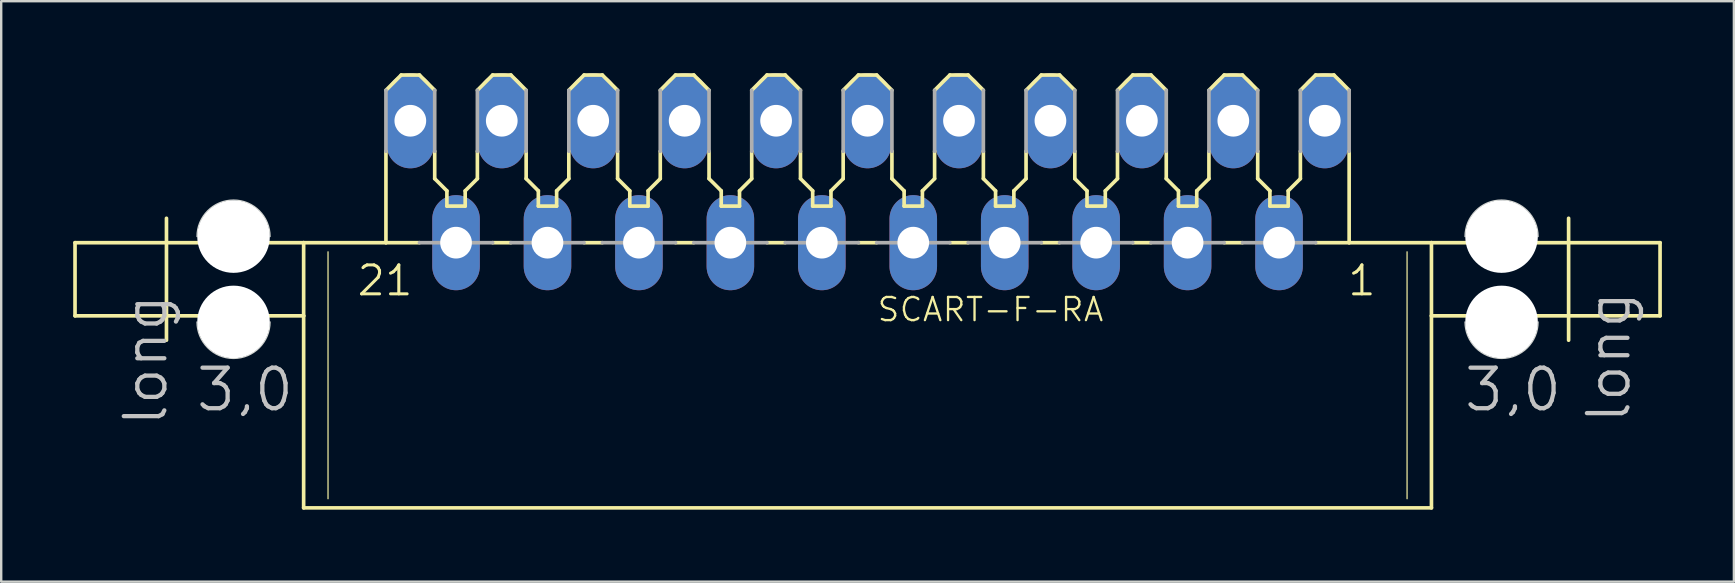
<source format=kicad_pcb>
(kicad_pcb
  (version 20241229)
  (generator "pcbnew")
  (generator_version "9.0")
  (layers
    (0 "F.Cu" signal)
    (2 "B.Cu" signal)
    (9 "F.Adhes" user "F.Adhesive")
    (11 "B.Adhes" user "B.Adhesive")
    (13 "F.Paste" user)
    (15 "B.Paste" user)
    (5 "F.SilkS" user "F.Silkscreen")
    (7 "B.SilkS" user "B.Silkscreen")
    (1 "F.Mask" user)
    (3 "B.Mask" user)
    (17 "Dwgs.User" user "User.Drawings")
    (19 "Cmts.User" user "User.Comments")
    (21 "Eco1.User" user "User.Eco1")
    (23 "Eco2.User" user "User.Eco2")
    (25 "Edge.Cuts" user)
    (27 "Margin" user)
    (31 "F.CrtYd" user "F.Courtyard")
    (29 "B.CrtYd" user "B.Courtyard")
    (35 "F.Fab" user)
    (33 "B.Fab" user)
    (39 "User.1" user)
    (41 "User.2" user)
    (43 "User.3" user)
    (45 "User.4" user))
  (footprint "SCART-F-RA"
    (layer "F.Cu")
    (at 33.096 7.061)
    (property "Reference" "SCART-F-RA" (at 0.35 3.35 0) (layer "F.SilkS") (effects (font (size 0.965 0.965) (thickness 0.097)) (justify left bottom)))
    (attr through_hole)
    (fp_line (start -33.02 3.048) (end -33.02 0) (stroke (width 0.152) (type solid)) (layer "F.SilkS"))
    (fp_line (start -33.02 3.048) (end -23.495 3.048) (stroke (width 0.152) (type solid)) (layer "F.SilkS"))
    (fp_line (start -29.21 4.064) (end -29.21 -1.016) (stroke (width 0.152) (type solid)) (layer "F.SilkS"))
    (fp_line (start -23.495 0) (end -33.02 0) (stroke (width 0.152) (type solid)) (layer "F.SilkS"))
    (fp_line (start -23.495 3.048) (end -23.495 0) (stroke (width 0.152) (type solid)) (layer "F.SilkS"))
    (fp_line (start -23.495 11.049) (end -23.495 3.048) (stroke (width 0.152) (type solid)) (layer "F.SilkS"))
    (fp_line (start -23.495 11.049) (end 23.495 11.049) (stroke (width 0.152) (type solid)) (layer "F.SilkS"))
    (fp_line (start -22.479 0.381) (end -22.479 10.668) (stroke (width 0.051) (type solid)) (layer "F.SilkS"))
    (fp_line (start -20.066 0) (end -23.495 0) (stroke (width 0.152) (type solid)) (layer "F.SilkS"))
    (fp_line (start -20.066 0) (end -20.066 -3.81) (stroke (width 0.152) (type solid)) (layer "F.SilkS"))
    (fp_line (start -19.431 -6.985) (end -20.066 -6.35) (stroke (width 0.152) (type solid)) (layer "F.SilkS"))
    (fp_line (start -18.669 -6.985) (end -19.431 -6.985) (stroke (width 0.152) (type solid)) (layer "F.SilkS"))
    (fp_line (start -18.669 0) (end -20.066 0) (stroke (width 0.152) (type solid)) (layer "F.SilkS"))
    (fp_line (start -18.034 -6.35) (end -18.669 -6.985) (stroke (width 0.152) (type solid)) (layer "F.SilkS"))
    (fp_line (start -18.034 -2.667) (end -18.034 -3.81) (stroke (width 0.152) (type solid)) (layer "F.SilkS"))
    (fp_line (start -17.526 -2.159) (end -18.034 -2.667) (stroke (width 0.152) (type solid)) (layer "F.SilkS"))
    (fp_line (start -17.526 -1.524) (end -17.526 -2.159) (stroke (width 0.152) (type solid)) (layer "F.SilkS"))
    (fp_line (start -16.764 -2.159) (end -16.764 -1.524) (stroke (width 0.152) (type solid)) (layer "F.SilkS"))
    (fp_line (start -16.764 -1.524) (end -17.526 -1.524) (stroke (width 0.152) (type solid)) (layer "F.SilkS"))
    (fp_line (start -16.256 -3.81) (end -16.256 -2.667) (stroke (width 0.152) (type solid)) (layer "F.SilkS"))
    (fp_line (start -16.256 -2.667) (end -16.764 -2.159) (stroke (width 0.152) (type solid)) (layer "F.SilkS"))
    (fp_line (start -15.621 -6.985) (end -16.256 -6.35) (stroke (width 0.152) (type solid)) (layer "F.SilkS"))
    (fp_line (start -14.859 -6.985) (end -15.621 -6.985) (stroke (width 0.152) (type solid)) (layer "F.SilkS"))
    (fp_line (start -14.859 0) (end -15.621 0) (stroke (width 0.152) (type solid)) (layer "F.SilkS"))
    (fp_line (start -14.224 -6.35) (end -14.859 -6.985) (stroke (width 0.152) (type solid)) (layer "F.SilkS"))
    (fp_line (start -14.224 -2.667) (end -14.224 -3.81) (stroke (width 0.152) (type solid)) (layer "F.SilkS"))
    (fp_line (start -13.716 -2.159) (end -14.224 -2.667) (stroke (width 0.152) (type solid)) (layer "F.SilkS"))
    (fp_line (start -13.716 -1.524) (end -13.716 -2.159) (stroke (width 0.152) (type solid)) (layer "F.SilkS"))
    (fp_line (start -12.954 -2.159) (end -12.954 -1.524) (stroke (width 0.152) (type solid)) (layer "F.SilkS"))
    (fp_line (start -12.954 -1.524) (end -13.716 -1.524) (stroke (width 0.152) (type solid)) (layer "F.SilkS"))
    (fp_line (start -12.446 -3.81) (end -12.446 -2.667) (stroke (width 0.152) (type solid)) (layer "F.SilkS"))
    (fp_line (start -12.446 -2.667) (end -12.954 -2.159) (stroke (width 0.152) (type solid)) (layer "F.SilkS"))
    (fp_line (start -11.811 -6.985) (end -12.446 -6.35) (stroke (width 0.152) (type solid)) (layer "F.SilkS"))
    (fp_line (start -11.049 -6.985) (end -11.811 -6.985) (stroke (width 0.152) (type solid)) (layer "F.SilkS"))
    (fp_line (start -11.049 0) (end -11.811 0) (stroke (width 0.152) (type solid)) (layer "F.SilkS"))
    (fp_line (start -10.414 -6.35) (end -11.049 -6.985) (stroke (width 0.152) (type solid)) (layer "F.SilkS"))
    (fp_line (start -10.414 -2.667) (end -10.414 -3.81) (stroke (width 0.152) (type solid)) (layer "F.SilkS"))
    (fp_line (start -9.906 -2.159) (end -10.414 -2.667) (stroke (width 0.152) (type solid)) (layer "F.SilkS"))
    (fp_line (start -9.906 -1.524) (end -9.906 -2.159) (stroke (width 0.152) (type solid)) (layer "F.SilkS"))
    (fp_line (start -9.144 -2.159) (end -9.144 -1.524) (stroke (width 0.152) (type solid)) (layer "F.SilkS"))
    (fp_line (start -9.144 -1.524) (end -9.906 -1.524) (stroke (width 0.152) (type solid)) (layer "F.SilkS"))
    (fp_line (start -8.636 -3.81) (end -8.636 -2.667) (stroke (width 0.152) (type solid)) (layer "F.SilkS"))
    (fp_line (start -8.636 -2.667) (end -9.144 -2.159) (stroke (width 0.152) (type solid)) (layer "F.SilkS"))
    (fp_line (start -8.001 -6.985) (end -8.636 -6.35) (stroke (width 0.152) (type solid)) (layer "F.SilkS"))
    (fp_line (start -7.239 -6.985) (end -8.001 -6.985) (stroke (width 0.152) (type solid)) (layer "F.SilkS"))
    (fp_line (start -7.239 0) (end -8.001 0) (stroke (width 0.152) (type solid)) (layer "F.SilkS"))
    (fp_line (start -6.604 -6.35) (end -7.239 -6.985) (stroke (width 0.152) (type solid)) (layer "F.SilkS"))
    (fp_line (start -6.604 -2.667) (end -6.604 -3.81) (stroke (width 0.152) (type solid)) (layer "F.SilkS"))
    (fp_line (start -6.096 -2.159) (end -6.604 -2.667) (stroke (width 0.152) (type solid)) (layer "F.SilkS"))
    (fp_line (start -6.096 -1.524) (end -6.096 -2.159) (stroke (width 0.152) (type solid)) (layer "F.SilkS"))
    (fp_line (start -5.334 -2.159) (end -5.334 -1.524) (stroke (width 0.152) (type solid)) (layer "F.SilkS"))
    (fp_line (start -5.334 -1.524) (end -6.096 -1.524) (stroke (width 0.152) (type solid)) (layer "F.SilkS"))
    (fp_line (start -4.826 -3.81) (end -4.826 -2.667) (stroke (width 0.152) (type solid)) (layer "F.SilkS"))
    (fp_line (start -4.826 -2.667) (end -5.334 -2.159) (stroke (width 0.152) (type solid)) (layer "F.SilkS"))
    (fp_line (start -4.191 -6.985) (end -4.826 -6.35) (stroke (width 0.152) (type solid)) (layer "F.SilkS"))
    (fp_line (start -3.429 -6.985) (end -4.191 -6.985) (stroke (width 0.152) (type solid)) (layer "F.SilkS"))
    (fp_line (start -3.429 0) (end -4.191 0) (stroke (width 0.152) (type solid)) (layer "F.SilkS"))
    (fp_line (start -2.794 -6.35) (end -3.429 -6.985) (stroke (width 0.152) (type solid)) (layer "F.SilkS"))
    (fp_line (start -2.794 -2.667) (end -2.794 -3.81) (stroke (width 0.152) (type solid)) (layer "F.SilkS"))
    (fp_line (start -2.286 -2.159) (end -2.794 -2.667) (stroke (width 0.152) (type solid)) (layer "F.SilkS"))
    (fp_line (start -2.286 -1.524) (end -2.286 -2.159) (stroke (width 0.152) (type solid)) (layer "F.SilkS"))
    (fp_line (start -1.524 -2.159) (end -1.524 -1.524) (stroke (width 0.152) (type solid)) (layer "F.SilkS"))
    (fp_line (start -1.524 -1.524) (end -2.286 -1.524) (stroke (width 0.152) (type solid)) (layer "F.SilkS"))
    (fp_line (start -1.016 -3.81) (end -1.016 -2.667) (stroke (width 0.152) (type solid)) (layer "F.SilkS"))
    (fp_line (start -1.016 -2.667) (end -1.524 -2.159) (stroke (width 0.152) (type solid)) (layer "F.SilkS"))
    (fp_line (start -0.381 -6.985) (end -1.016 -6.35) (stroke (width 0.152) (type solid)) (layer "F.SilkS"))
    (fp_line (start 0.381 -6.985) (end -0.381 -6.985) (stroke (width 0.152) (type solid)) (layer "F.SilkS"))
    (fp_line (start 0.381 0) (end -0.381 0) (stroke (width 0.152) (type solid)) (layer "F.SilkS"))
    (fp_line (start 1.016 -6.35) (end 0.381 -6.985) (stroke (width 0.152) (type solid)) (layer "F.SilkS"))
    (fp_line (start 1.016 -2.667) (end 1.016 -3.81) (stroke (width 0.152) (type solid)) (layer "F.SilkS"))
    (fp_line (start 1.524 -2.159) (end 1.016 -2.667) (stroke (width 0.152) (type solid)) (layer "F.SilkS"))
    (fp_line (start 1.524 -1.524) (end 1.524 -2.159) (stroke (width 0.152) (type solid)) (layer "F.SilkS"))
    (fp_line (start 2.286 -2.159) (end 2.286 -1.524) (stroke (width 0.152) (type solid)) (layer "F.SilkS"))
    (fp_line (start 2.286 -1.524) (end 1.524 -1.524) (stroke (width 0.152) (type solid)) (layer "F.SilkS"))
    (fp_line (start 2.794 -3.81) (end 2.794 -2.667) (stroke (width 0.152) (type solid)) (layer "F.SilkS"))
    (fp_line (start 2.794 -2.667) (end 2.286 -2.159) (stroke (width 0.152) (type solid)) (layer "F.SilkS"))
    (fp_line (start 3.429 -6.985) (end 2.794 -6.35) (stroke (width 0.152) (type solid)) (layer "F.SilkS"))
    (fp_line (start 4.191 -6.985) (end 3.429 -6.985) (stroke (width 0.152) (type solid)) (layer "F.SilkS"))
    (fp_line (start 4.191 0) (end 3.429 0) (stroke (width 0.152) (type solid)) (layer "F.SilkS"))
    (fp_line (start 4.826 -6.35) (end 4.191 -6.985) (stroke (width 0.152) (type solid)) (layer "F.SilkS"))
    (fp_line (start 4.826 -2.667) (end 4.826 -3.81) (stroke (width 0.152) (type solid)) (layer "F.SilkS"))
    (fp_line (start 5.334 -2.159) (end 4.826 -2.667) (stroke (width 0.152) (type solid)) (layer "F.SilkS"))
    (fp_line (start 5.334 -1.524) (end 5.334 -2.159) (stroke (width 0.152) (type solid)) (layer "F.SilkS"))
    (fp_line (start 6.096 -2.159) (end 6.096 -1.524) (stroke (width 0.152) (type solid)) (layer "F.SilkS"))
    (fp_line (start 6.096 -1.524) (end 5.334 -1.524) (stroke (width 0.152) (type solid)) (layer "F.SilkS"))
    (fp_line (start 6.604 -3.81) (end 6.604 -2.667) (stroke (width 0.152) (type solid)) (layer "F.SilkS"))
    (fp_line (start 6.604 -2.667) (end 6.096 -2.159) (stroke (width 0.152) (type solid)) (layer "F.SilkS"))
    (fp_line (start 7.239 -6.985) (end 6.604 -6.35) (stroke (width 0.152) (type solid)) (layer "F.SilkS"))
    (fp_line (start 8.001 -6.985) (end 7.239 -6.985) (stroke (width 0.152) (type solid)) (layer "F.SilkS"))
    (fp_line (start 8.001 0) (end 7.239 0) (stroke (width 0.152) (type solid)) (layer "F.SilkS"))
    (fp_line (start 8.636 -6.35) (end 8.001 -6.985) (stroke (width 0.152) (type solid)) (layer "F.SilkS"))
    (fp_line (start 8.636 -2.667) (end 8.636 -3.81) (stroke (width 0.152) (type solid)) (layer "F.SilkS"))
    (fp_line (start 9.144 -2.159) (end 8.636 -2.667) (stroke (width 0.152) (type solid)) (layer "F.SilkS"))
    (fp_line (start 9.144 -1.524) (end 9.144 -2.159) (stroke (width 0.152) (type solid)) (layer "F.SilkS"))
    (fp_line (start 9.906 -2.159) (end 9.906 -1.524) (stroke (width 0.152) (type solid)) (layer "F.SilkS"))
    (fp_line (start 9.906 -1.524) (end 9.144 -1.524) (stroke (width 0.152) (type solid)) (layer "F.SilkS"))
    (fp_line (start 10.414 -3.81) (end 10.414 -2.667) (stroke (width 0.152) (type solid)) (layer "F.SilkS"))
    (fp_line (start 10.414 -2.667) (end 9.906 -2.159) (stroke (width 0.152) (type solid)) (layer "F.SilkS"))
    (fp_line (start 11.049 -6.985) (end 10.414 -6.35) (stroke (width 0.152) (type solid)) (layer "F.SilkS"))
    (fp_line (start 11.811 -6.985) (end 11.049 -6.985) (stroke (width 0.152) (type solid)) (layer "F.SilkS"))
    (fp_line (start 11.811 0) (end 11.049 0) (stroke (width 0.152) (type solid)) (layer "F.SilkS"))
    (fp_line (start 12.446 -6.35) (end 11.811 -6.985) (stroke (width 0.152) (type solid)) (layer "F.SilkS"))
    (fp_line (start 12.446 -2.667) (end 12.446 -3.81) (stroke (width 0.152) (type solid)) (layer "F.SilkS"))
    (fp_line (start 12.954 -2.159) (end 12.446 -2.667) (stroke (width 0.152) (type solid)) (layer "F.SilkS"))
    (fp_line (start 12.954 -1.524) (end 12.954 -2.159) (stroke (width 0.152) (type solid)) (layer "F.SilkS"))
    (fp_line (start 13.716 -2.159) (end 13.716 -1.524) (stroke (width 0.152) (type solid)) (layer "F.SilkS"))
    (fp_line (start 13.716 -1.524) (end 12.954 -1.524) (stroke (width 0.152) (type solid)) (layer "F.SilkS"))
    (fp_line (start 14.224 -3.81) (end 14.224 -2.667) (stroke (width 0.152) (type solid)) (layer "F.SilkS"))
    (fp_line (start 14.224 -2.667) (end 13.716 -2.159) (stroke (width 0.152) (type solid)) (layer "F.SilkS"))
    (fp_line (start 14.859 -6.985) (end 14.224 -6.35) (stroke (width 0.152) (type solid)) (layer "F.SilkS"))
    (fp_line (start 15.621 -6.985) (end 14.859 -6.985) (stroke (width 0.152) (type solid)) (layer "F.SilkS"))
    (fp_line (start 15.621 0) (end 14.859 0) (stroke (width 0.152) (type solid)) (layer "F.SilkS"))
    (fp_line (start 16.256 -6.35) (end 15.621 -6.985) (stroke (width 0.152) (type solid)) (layer "F.SilkS"))
    (fp_line (start 16.256 -2.667) (end 16.256 -3.81) (stroke (width 0.152) (type solid)) (layer "F.SilkS"))
    (fp_line (start 16.764 -2.159) (end 16.256 -2.667) (stroke (width 0.152) (type solid)) (layer "F.SilkS"))
    (fp_line (start 16.764 -1.524) (end 16.764 -2.159) (stroke (width 0.152) (type solid)) (layer "F.SilkS"))
    (fp_line (start 17.526 -2.159) (end 17.526 -1.524) (stroke (width 0.152) (type solid)) (layer "F.SilkS"))
    (fp_line (start 17.526 -1.524) (end 16.764 -1.524) (stroke (width 0.152) (type solid)) (layer "F.SilkS"))
    (fp_line (start 18.034 -3.81) (end 18.034 -2.667) (stroke (width 0.152) (type solid)) (layer "F.SilkS"))
    (fp_line (start 18.034 -2.667) (end 17.526 -2.159) (stroke (width 0.152) (type solid)) (layer "F.SilkS"))
    (fp_line (start 18.669 -6.985) (end 18.034 -6.35) (stroke (width 0.152) (type solid)) (layer "F.SilkS"))
    (fp_line (start 18.669 -6.985) (end 19.431 -6.985) (stroke (width 0.152) (type solid)) (layer "F.SilkS"))
    (fp_line (start 20.066 -6.35) (end 19.431 -6.985) (stroke (width 0.152) (type solid)) (layer "F.SilkS"))
    (fp_line (start 20.066 0) (end 18.669 0) (stroke (width 0.152) (type solid)) (layer "F.SilkS"))
    (fp_line (start 20.066 0) (end 20.066 -3.81) (stroke (width 0.152) (type solid)) (layer "F.SilkS"))
    (fp_line (start 22.479 0.381) (end 22.479 10.668) (stroke (width 0.051) (type solid)) (layer "F.SilkS"))
    (fp_line (start 23.495 0) (end 20.066 0) (stroke (width 0.152) (type solid)) (layer "F.SilkS"))
    (fp_line (start 23.495 3.048) (end 23.495 0) (stroke (width 0.152) (type solid)) (layer "F.SilkS"))
    (fp_line (start 23.495 3.048) (end 33.02 3.048) (stroke (width 0.152) (type solid)) (layer "F.SilkS"))
    (fp_line (start 23.495 11.049) (end 23.495 3.048) (stroke (width 0.152) (type solid)) (layer "F.SilkS"))
    (fp_line (start 29.21 4.064) (end 29.21 -1.016) (stroke (width 0.152) (type solid)) (layer "F.SilkS"))
    (fp_line (start 33.02 0) (end 23.495 0) (stroke (width 0.152) (type solid)) (layer "F.SilkS"))
    (fp_line (start 33.02 3.048) (end 33.02 0) (stroke (width 0.152) (type solid)) (layer "F.SilkS"))
    (fp_line (start -27.94 3.302) (end -27.94 -0.254) (stroke (width 0.002) (type solid)) (layer "Edge.Cuts"))
    (fp_line (start -24.892 -0.254) (end -24.892 3.302) (stroke (width 0.002) (type solid)) (layer "Edge.Cuts"))
    (fp_line (start 24.892 3.302) (end 24.892 -0.254) (stroke (width 0.002) (type solid)) (layer "Edge.Cuts"))
    (fp_line (start 27.94 -0.254) (end 27.94 3.302) (stroke (width 0.002) (type solid)) (layer "Edge.Cuts"))
    (fp_arc (start -27.94 -0.254) (mid -26.415999 -1.777999) (end -24.892 -0.253998) (stroke (width 0.05) (type solid)) (layer "Edge.Cuts"))
    (fp_arc (start -24.892 3.302) (mid -26.416 4.826) (end -27.94 3.302) (stroke (width 0.05) (type solid)) (layer "Edge.Cuts"))
    (fp_arc (start 24.892 -0.254) (mid 26.416001 -1.777999) (end 27.94 -0.253998) (stroke (width 0.05) (type solid)) (layer "Edge.Cuts"))
    (fp_arc (start 27.94 3.302) (mid 26.416 4.826) (end 24.892 3.302) (stroke (width 0.05) (type solid)) (layer "Edge.Cuts"))
    (fp_line (start -20.066 -6.35) (end -20.066 -3.81) (stroke (width 0.152) (type solid)) (layer "F.Fab"))
    (fp_line (start -18.669 0) (end -15.621 0) (stroke (width 0.152) (type solid)) (layer "F.Fab"))
    (fp_line (start -18.034 -3.81) (end -18.034 -6.35) (stroke (width 0.152) (type solid)) (layer "F.Fab"))
    (fp_line (start -16.256 -6.35) (end -16.256 -3.81) (stroke (width 0.152) (type solid)) (layer "F.Fab"))
    (fp_line (start -14.859 0) (end -11.811 0) (stroke (width 0.152) (type solid)) (layer "F.Fab"))
    (fp_line (start -14.224 -3.81) (end -14.224 -6.35) (stroke (width 0.152) (type solid)) (layer "F.Fab"))
    (fp_line (start -12.446 -6.35) (end -12.446 -3.81) (stroke (width 0.152) (type solid)) (layer "F.Fab"))
    (fp_line (start -11.049 0) (end -8.001 0) (stroke (width 0.152) (type solid)) (layer "F.Fab"))
    (fp_line (start -10.414 -3.81) (end -10.414 -6.35) (stroke (width 0.152) (type solid)) (layer "F.Fab"))
    (fp_line (start -8.636 -6.35) (end -8.636 -3.81) (stroke (width 0.152) (type solid)) (layer "F.Fab"))
    (fp_line (start -7.239 0) (end -4.191 0) (stroke (width 0.152) (type solid)) (layer "F.Fab"))
    (fp_line (start -6.604 -3.81) (end -6.604 -6.35) (stroke (width 0.152) (type solid)) (layer "F.Fab"))
    (fp_line (start -4.826 -6.35) (end -4.826 -3.81) (stroke (width 0.152) (type solid)) (layer "F.Fab"))
    (fp_line (start -3.429 0) (end -0.381 0) (stroke (width 0.152) (type solid)) (layer "F.Fab"))
    (fp_line (start -2.794 -3.81) (end -2.794 -6.35) (stroke (width 0.152) (type solid)) (layer "F.Fab"))
    (fp_line (start -1.016 -6.35) (end -1.016 -3.81) (stroke (width 0.152) (type solid)) (layer "F.Fab"))
    (fp_line (start 0.381 0) (end 3.429 0) (stroke (width 0.152) (type solid)) (layer "F.Fab"))
    (fp_line (start 1.016 -3.81) (end 1.016 -6.35) (stroke (width 0.152) (type solid)) (layer "F.Fab"))
    (fp_line (start 2.794 -6.35) (end 2.794 -3.81) (stroke (width 0.152) (type solid)) (layer "F.Fab"))
    (fp_line (start 4.191 0) (end 7.239 0) (stroke (width 0.152) (type solid)) (layer "F.Fab"))
    (fp_line (start 4.826 -3.81) (end 4.826 -6.35) (stroke (width 0.152) (type solid)) (layer "F.Fab"))
    (fp_line (start 6.604 -6.35) (end 6.604 -3.81) (stroke (width 0.152) (type solid)) (layer "F.Fab"))
    (fp_line (start 8.001 0) (end 11.049 0) (stroke (width 0.152) (type solid)) (layer "F.Fab"))
    (fp_line (start 8.636 -3.81) (end 8.636 -6.35) (stroke (width 0.152) (type solid)) (layer "F.Fab"))
    (fp_line (start 10.414 -6.35) (end 10.414 -3.81) (stroke (width 0.152) (type solid)) (layer "F.Fab"))
    (fp_line (start 11.811 0) (end 14.859 0) (stroke (width 0.152) (type solid)) (layer "F.Fab"))
    (fp_line (start 12.446 -3.81) (end 12.446 -6.35) (stroke (width 0.152) (type solid)) (layer "F.Fab"))
    (fp_line (start 14.224 -6.35) (end 14.224 -3.81) (stroke (width 0.152) (type solid)) (layer "F.Fab"))
    (fp_line (start 15.621 0) (end 18.669 0) (stroke (width 0.152) (type solid)) (layer "F.Fab"))
    (fp_line (start 16.256 -3.81) (end 16.256 -6.35) (stroke (width 0.152) (type solid)) (layer "F.Fab"))
    (fp_line (start 18.034 -6.35) (end 18.034 -3.81) (stroke (width 0.152) (type solid)) (layer "F.Fab"))
    (fp_line (start 20.066 -3.81) (end 20.066 -6.35) (stroke (width 0.152) (type solid)) (layer "F.Fab"))
    (fp_text user "1" (at 19.939 2.286 0) (layer "F.SilkS") (effects (font (size 1.206 1.206) (thickness 0.127)) (justify left bottom)))
    (fp_text user "21" (at -21.336 2.286 0) (layer "F.SilkS") (effects (font (size 1.206 1.206) (thickness 0.127)) (justify left bottom)))
    (fp_text user "long " (at -29.083 7.747 90) (layer "Dwgs.User") (effects (font (size 1.689 1.689) (thickness 0.178)) (justify left bottom)))
    (fp_text user "long" (at 31.877 7.62 90) (layer "Dwgs.User") (effects (font (size 1.689 1.689) (thickness 0.178)) (justify left bottom)))
    (fp_text user "3,0" (at 24.765 7.112 0) (layer "Dwgs.User") (effects (font (size 1.689 1.689) (thickness 0.178)) (justify left bottom)))
    (fp_text user "3,0 " (at -28.067 7.112 0) (layer "Dwgs.User") (effects (font (size 1.689 1.689) (thickness 0.178)) (justify left bottom)))
    (pad "" np_thru_hole circle (at -26.416 -0.254) (size 3.023 3.023) (drill 3.023) (layers "*.Cu" "*.Mask"))
    (pad "" np_thru_hole circle (at -26.416 3.302) (size 3.023 3.023) (drill 3.023) (layers "*.Cu" "*.Mask"))
    (pad "" np_thru_hole circle (at 26.416 -0.254) (size 3.023 3.023) (drill 3.023) (layers "*.Cu" "*.Mask"))
    (pad "" np_thru_hole circle (at 26.416 3.302) (size 3.023 3.023) (drill 3.023) (layers "*.Cu" "*.Mask"))
    (pad "1" thru_hole oval (at 19.05 -5.08 90) (size 3.962 1.981) (drill 1.321) (layers "*.Cu" "*.Mask"))
    (pad "2" thru_hole oval (at 17.145 0 90) (size 3.962 1.981) (drill 1.321) (layers "*.Cu" "*.Mask"))
    (pad "3" thru_hole oval (at 15.24 -5.08 90) (size 3.962 1.981) (drill 1.321) (layers "*.Cu" "*.Mask"))
    (pad "4" thru_hole oval (at 13.335 0 90) (size 3.962 1.981) (drill 1.321) (layers "*.Cu" "*.Mask"))
    (pad "5" thru_hole oval (at 11.43 -5.08 90) (size 3.962 1.981) (drill 1.321) (layers "*.Cu" "*.Mask"))
    (pad "6" thru_hole oval (at 9.525 0 90) (size 3.962 1.981) (drill 1.321) (layers "*.Cu" "*.Mask"))
    (pad "7" thru_hole oval (at 7.62 -5.08 90) (size 3.962 1.981) (drill 1.321) (layers "*.Cu" "*.Mask"))
    (pad "8" thru_hole oval (at 5.715 0 90) (size 3.962 1.981) (drill 1.321) (layers "*.Cu" "*.Mask"))
    (pad "9" thru_hole oval (at 3.81 -5.08 90) (size 3.962 1.981) (drill 1.321) (layers "*.Cu" "*.Mask"))
    (pad "10" thru_hole oval (at 1.905 0 90) (size 3.962 1.981) (drill 1.321) (layers "*.Cu" "*.Mask"))
    (pad "11" thru_hole oval (at 0 -5.08 90) (size 3.962 1.981) (drill 1.321) (layers "*.Cu" "*.Mask"))
    (pad "12" thru_hole oval (at -1.905 0 90) (size 3.962 1.981) (drill 1.321) (layers "*.Cu" "*.Mask"))
    (pad "13" thru_hole oval (at -3.81 -5.08 90) (size 3.962 1.981) (drill 1.321) (layers "*.Cu" "*.Mask"))
    (pad "14" thru_hole oval (at -5.715 0 90) (size 3.962 1.981) (drill 1.321) (layers "*.Cu" "*.Mask"))
    (pad "15" thru_hole oval (at -7.62 -5.08 90) (size 3.962 1.981) (drill 1.321) (layers "*.Cu" "*.Mask"))
    (pad "16" thru_hole oval (at -9.525 0 90) (size 3.962 1.981) (drill 1.321) (layers "*.Cu" "*.Mask"))
    (pad "17" thru_hole oval (at -11.43 -5.08 90) (size 3.962 1.981) (drill 1.321) (layers "*.Cu" "*.Mask"))
    (pad "18" thru_hole oval (at -13.335 0 90) (size 3.962 1.981) (drill 1.321) (layers "*.Cu" "*.Mask"))
    (pad "19" thru_hole oval (at -15.24 -5.08 90) (size 3.962 1.981) (drill 1.321) (layers "*.Cu" "*.Mask"))
    (pad "20" thru_hole oval (at -17.145 0 90) (size 3.962 1.981) (drill 1.321) (layers "*.Cu" "*.Mask"))
    (pad "21" thru_hole oval (at -19.05 -5.08 90) (size 3.962 1.981) (drill 1.321) (layers "*.Cu" "*.Mask")))
  (gr_rect
    (start -3 -3)
    (end 69.192 21.186)
    (stroke (width 0.1) (type default))
    (fill no)
    (layer "Edge.Cuts")))
</source>
